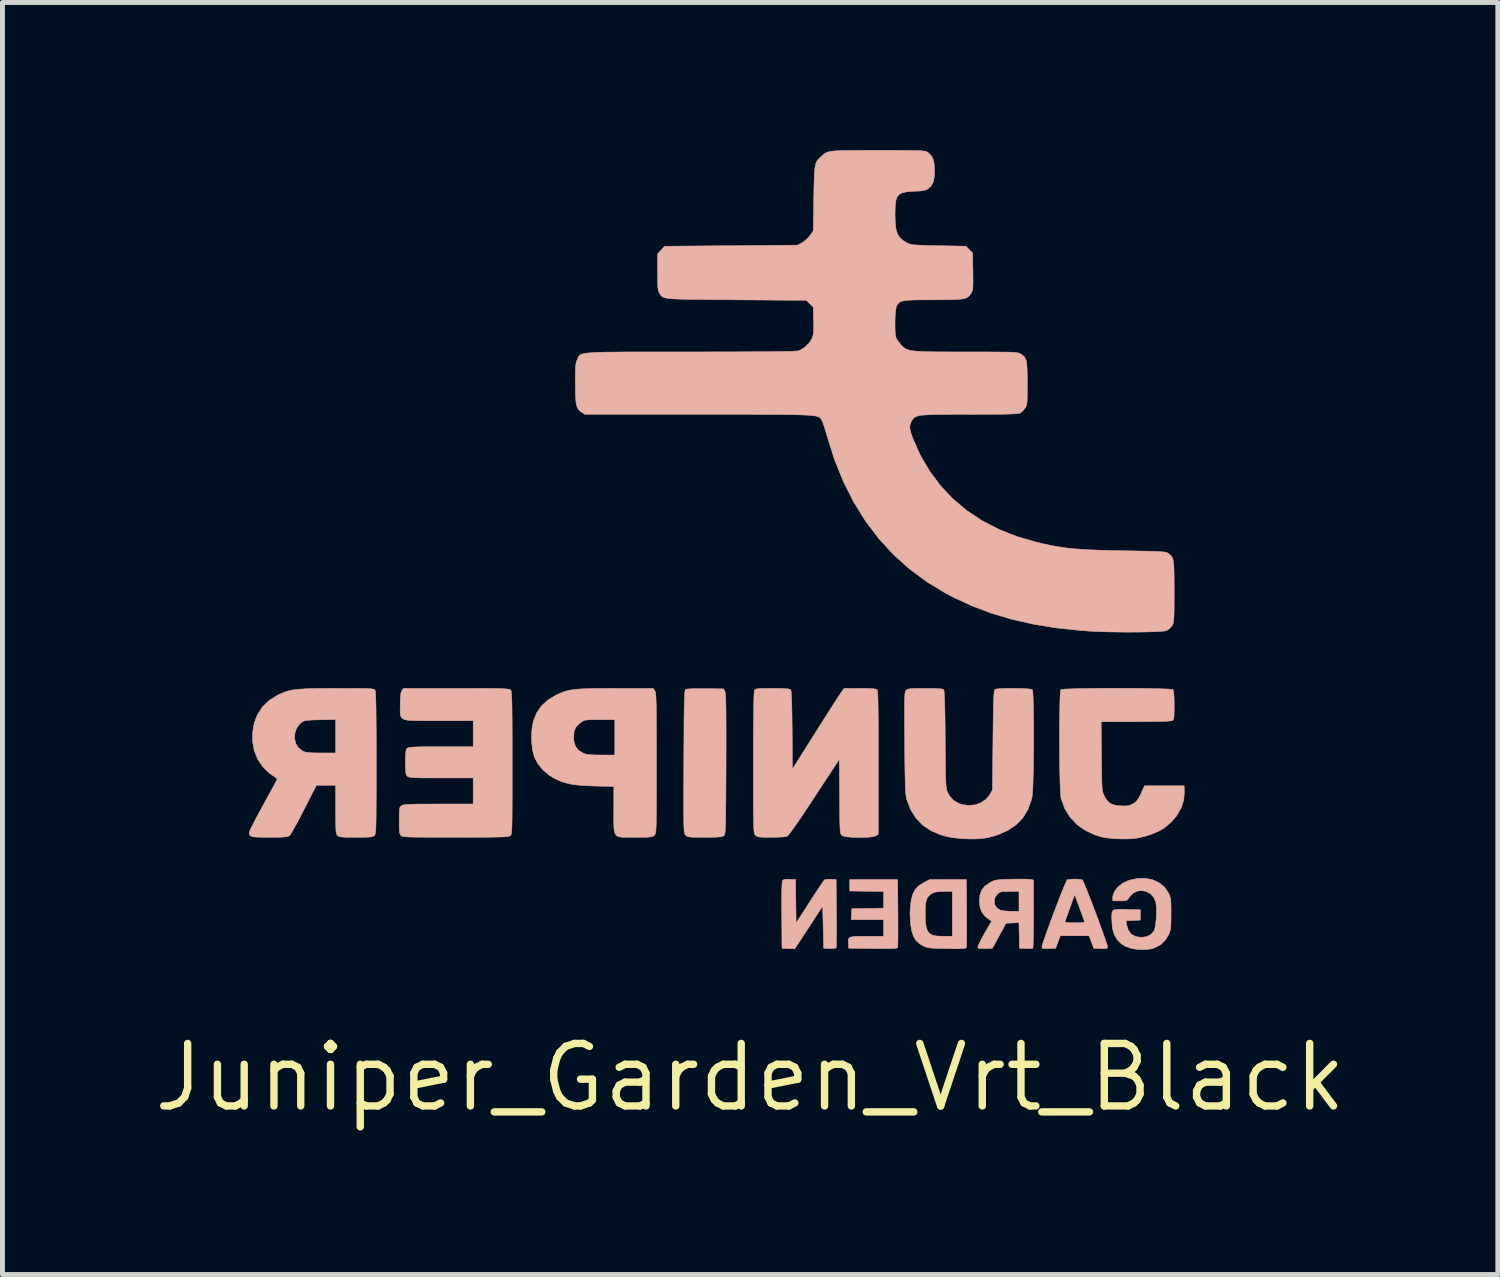
<source format=kicad_pcb>
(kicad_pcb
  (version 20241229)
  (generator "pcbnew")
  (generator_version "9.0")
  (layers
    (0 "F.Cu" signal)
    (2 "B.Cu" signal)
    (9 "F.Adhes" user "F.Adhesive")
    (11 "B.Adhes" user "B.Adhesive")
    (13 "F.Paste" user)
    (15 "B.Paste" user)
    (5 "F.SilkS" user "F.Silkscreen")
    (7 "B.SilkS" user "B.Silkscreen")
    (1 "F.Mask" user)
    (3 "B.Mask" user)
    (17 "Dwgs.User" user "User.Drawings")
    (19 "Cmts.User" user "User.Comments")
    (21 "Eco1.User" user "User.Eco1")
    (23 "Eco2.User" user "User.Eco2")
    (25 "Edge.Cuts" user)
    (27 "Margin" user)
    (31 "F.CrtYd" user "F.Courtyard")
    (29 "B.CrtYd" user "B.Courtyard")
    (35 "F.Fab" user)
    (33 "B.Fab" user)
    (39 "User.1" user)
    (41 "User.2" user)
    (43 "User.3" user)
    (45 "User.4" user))
  (footprint "Juniper_Garden_Vrt_Black"
    (layer "F.Cu")
    (at 11.983 10.323)
    (property "Reference" "Juniper_Garden_Vrt_Black" (at 0.21 8.52 0) (layer "F.SilkS") (effects (font (size 1.27 1.27) (thickness 0.15))))
    (attr through_hole)
    (fp_poly (pts (xy 2.233 4.732) (xy 2.921 4.743) (xy 2.921 5.08) (xy 2.598 5.086) (xy 2.276 5.092) (xy 2.269 5.203) (xy 2.263 5.314) (xy 2.921 5.314) (xy 2.921 5.652) (xy 2.609 5.653) (xy 2.468 5.653) (xy 2.363 5.655) (xy 2.29 5.661) (xy 2.243 5.671) (xy 2.217 5.689) (xy 2.206 5.716) (xy 2.204 5.753) (xy 2.206 5.788) (xy 2.212 5.896) (xy 2.705 5.902) (xy 2.869 5.903) (xy 2.996 5.903) (xy 3.089 5.901) (xy 3.152 5.897) (xy 3.19 5.891) (xy 3.206 5.883) (xy 3.208 5.88) (xy 3.21 5.853) (xy 3.212 5.789) (xy 3.213 5.693) (xy 3.214 5.571) (xy 3.214 5.427) (xy 3.213 5.267) (xy 3.213 5.176) (xy 3.207 4.499) (xy 2.233 4.499) (xy 2.233 4.732)) (stroke (width 0.01) (type solid)) (fill yes) (layer "B.SilkS"))
    (fp_poly (pts (xy 0.931 4.493) (xy 0.882 4.507) (xy 0.871 4.516) (xy 0.864 4.539) (xy 0.858 4.587) (xy 0.854 4.665) (xy 0.851 4.775) (xy 0.851 4.92) (xy 0.851 5.103) (xy 0.852 5.221) (xy 0.857 5.896) (xy 1.116 5.908) (xy 1.4 5.474) (xy 1.683 5.04) (xy 1.694 5.468) (xy 1.704 5.896) (xy 1.826 5.902) (xy 1.905 5.902) (xy 1.948 5.892) (xy 1.959 5.881) (xy 1.961 5.854) (xy 1.963 5.789) (xy 1.964 5.693) (xy 1.965 5.571) (xy 1.965 5.427) (xy 1.964 5.267) (xy 1.964 5.176) (xy 1.958 4.499) (xy 1.852 4.493) (xy 1.786 4.493) (xy 1.737 4.499) (xy 1.723 4.504) (xy 1.705 4.526) (xy 1.668 4.578) (xy 1.616 4.656) (xy 1.55 4.754) (xy 1.476 4.867) (xy 1.422 4.951) (xy 1.144 5.382) (xy 1.138 4.941) (xy 1.133 4.499) (xy 1.014 4.493) (xy 0.931 4.493)) (stroke (width 0.01) (type solid)) (fill yes) (layer "B.SilkS"))
    (fp_poly (pts (xy 3.735 4.563) (xy 3.637 4.624) (xy 3.565 4.698) (xy 3.516 4.793) (xy 3.483 4.917) (xy 3.47 5.004) (xy 3.457 5.184) (xy 3.467 5.37) (xy 3.469 5.393) (xy 3.493 5.541) (xy 3.53 5.656) (xy 3.584 5.743) (xy 3.66 5.81) (xy 3.714 5.842) (xy 3.754 5.861) (xy 3.792 5.875) (xy 3.836 5.885) (xy 3.892 5.892) (xy 3.969 5.897) (xy 4.075 5.9) (xy 4.206 5.903) (xy 4.349 5.905) (xy 4.454 5.905) (xy 4.527 5.902) (xy 4.573 5.897) (xy 4.598 5.889) (xy 4.604 5.882) (xy 4.607 5.854) (xy 4.609 5.79) (xy 4.61 5.693) (xy 4.61 5.652) (xy 4.318 5.652) (xy 4.137 5.652) (xy 4.017 5.648) (xy 3.93 5.634) (xy 3.897 5.622) (xy 3.846 5.586) (xy 3.81 5.534) (xy 3.786 5.46) (xy 3.773 5.358) (xy 3.768 5.222) (xy 3.768 5.198) (xy 3.77 5.066) (xy 3.78 4.967) (xy 3.799 4.895) (xy 3.83 4.843) (xy 3.875 4.801) (xy 3.901 4.784) (xy 3.95 4.761) (xy 4.011 4.748) (xy 4.097 4.743) (xy 4.144 4.742) (xy 4.318 4.742) (xy 4.318 5.652) (xy 4.61 5.652) (xy 4.611 5.571) (xy 4.611 5.427) (xy 4.61 5.267) (xy 4.61 5.176) (xy 4.604 4.499) (xy 3.86 4.499) (xy 3.735 4.563)) (stroke (width 0.01) (type solid)) (fill yes) (layer "B.SilkS"))
    (fp_poly (pts (xy 5.594 4.491) (xy 5.53 4.492) (xy 5.404 4.495) (xy 5.311 4.499) (xy 5.243 4.505) (xy 5.193 4.514) (xy 5.151 4.527) (xy 5.11 4.547) (xy 5.081 4.563) (xy 4.979 4.633) (xy 4.913 4.716) (xy 4.878 4.82) (xy 4.869 4.933) (xy 4.88 5.06) (xy 4.916 5.16) (xy 4.981 5.243) (xy 5.028 5.282) (xy 5.114 5.346) (xy 4.969 5.598) (xy 4.917 5.692) (xy 4.875 5.775) (xy 4.846 5.838) (xy 4.835 5.875) (xy 4.836 5.879) (xy 4.855 5.896) (xy 4.9 5.903) (xy 4.98 5.903) (xy 4.99 5.902) (xy 5.133 5.896) (xy 5.271 5.642) (xy 5.409 5.388) (xy 5.54 5.382) (xy 5.672 5.375) (xy 5.677 5.636) (xy 5.683 5.896) (xy 5.811 5.902) (xy 5.882 5.903) (xy 5.934 5.899) (xy 5.954 5.893) (xy 5.958 5.869) (xy 5.961 5.808) (xy 5.964 5.715) (xy 5.966 5.594) (xy 5.968 5.452) (xy 5.969 5.293) (xy 5.969 5.194) (xy 5.969 4.742) (xy 5.673 4.742) (xy 5.673 5.144) (xy 5.517 5.144) (xy 5.43 5.141) (xy 5.349 5.133) (xy 5.294 5.121) (xy 5.223 5.077) (xy 5.18 5.01) (xy 5.169 4.932) (xy 5.19 4.854) (xy 5.227 4.804) (xy 5.258 4.775) (xy 5.289 4.757) (xy 5.33 4.747) (xy 5.392 4.743) (xy 5.481 4.742) (xy 5.673 4.742) (xy 5.969 4.742) (xy 5.969 4.51) (xy 5.917 4.497) (xy 5.878 4.493) (xy 5.805 4.49) (xy 5.708 4.49) (xy 5.594 4.491)) (stroke (width 0.01) (type solid)) (fill yes) (layer "B.SilkS"))
    (fp_poly (pts (xy -0.938 0.621) (xy -1.026 0.625) (xy -1.083 0.631) (xy -1.101 0.635) (xy -1.107 0.643) (xy -1.112 0.661) (xy -1.117 0.692) (xy -1.121 0.738) (xy -1.124 0.803) (xy -1.127 0.888) (xy -1.13 0.998) (xy -1.132 1.135) (xy -1.134 1.302) (xy -1.135 1.501) (xy -1.136 1.737) (xy -1.138 2.01) (xy -1.138 2.106) (xy -1.139 2.389) (xy -1.14 2.632) (xy -1.14 2.84) (xy -1.14 3.014) (xy -1.14 3.158) (xy -1.139 3.275) (xy -1.138 3.367) (xy -1.135 3.439) (xy -1.132 3.493) (xy -1.128 3.532) (xy -1.123 3.558) (xy -1.117 3.576) (xy -1.11 3.588) (xy -1.102 3.598) (xy -1.101 3.599) (xy -1.082 3.615) (xy -1.057 3.626) (xy -1.021 3.634) (xy -0.965 3.639) (xy -0.882 3.641) (xy -0.768 3.642) (xy -0.713 3.642) (xy -0.574 3.641) (xy -0.471 3.638) (xy -0.399 3.632) (xy -0.353 3.623) (xy -0.327 3.612) (xy -0.319 3.605) (xy -0.312 3.594) (xy -0.306 3.577) (xy -0.301 3.55) (xy -0.296 3.511) (xy -0.293 3.456) (xy -0.29 3.383) (xy -0.288 3.288) (xy -0.286 3.168) (xy -0.285 3.02) (xy -0.283 2.841) (xy -0.282 2.629) (xy -0.281 2.379) (xy -0.28 2.156) (xy -0.279 1.862) (xy -0.279 1.608) (xy -0.279 1.391) (xy -0.28 1.209) (xy -0.281 1.058) (xy -0.283 0.936) (xy -0.286 0.841) (xy -0.289 0.77) (xy -0.293 0.721) (xy -0.298 0.69) (xy -0.302 0.678) (xy -0.329 0.625) (xy -0.699 0.62) (xy -0.827 0.62) (xy -0.938 0.621)) (stroke (width 0.01) (type solid)) (fill yes) (layer "B.SilkS"))
    (fp_poly (pts (xy 6.71 4.494) (xy 6.66 4.502) (xy 6.65 4.507) (xy 6.637 4.53) (xy 6.611 4.588) (xy 6.575 4.674) (xy 6.531 4.782) (xy 6.482 4.908) (xy 6.43 5.046) (xy 6.375 5.188) (xy 6.322 5.331) (xy 6.272 5.468) (xy 6.227 5.594) (xy 6.188 5.703) (xy 6.16 5.789) (xy 6.143 5.846) (xy 6.138 5.866) (xy 6.142 5.889) (xy 6.16 5.901) (xy 6.201 5.904) (xy 6.274 5.902) (xy 6.278 5.902) (xy 6.418 5.896) (xy 6.513 5.642) (xy 7.097 5.642) (xy 7.145 5.769) (xy 7.192 5.896) (xy 7.332 5.902) (xy 7.407 5.904) (xy 7.449 5.901) (xy 7.468 5.89) (xy 7.472 5.868) (xy 7.472 5.866) (xy 7.465 5.834) (xy 7.444 5.769) (xy 7.413 5.677) (xy 7.373 5.564) (xy 7.326 5.435) (xy 7.299 5.361) (xy 7.005 5.361) (xy 6.986 5.368) (xy 6.934 5.374) (xy 6.857 5.377) (xy 6.803 5.377) (xy 6.704 5.376) (xy 6.643 5.371) (xy 6.613 5.362) (xy 6.609 5.351) (xy 6.619 5.322) (xy 6.641 5.261) (xy 6.671 5.178) (xy 6.706 5.08) (xy 6.711 5.066) (xy 6.805 4.808) (xy 6.905 5.077) (xy 6.941 5.177) (xy 6.972 5.262) (xy 6.994 5.325) (xy 7.005 5.359) (xy 7.005 5.361) (xy 7.299 5.361) (xy 7.275 5.295) (xy 7.221 5.152) (xy 7.167 5.01) (xy 7.115 4.875) (xy 7.067 4.753) (xy 7.025 4.649) (xy 6.992 4.57) (xy 6.969 4.521) (xy 6.96 4.506) (xy 6.921 4.496) (xy 6.856 4.491) (xy 6.781 4.49) (xy 6.71 4.494)) (stroke (width 0.01) (type solid)) (fill yes) (layer "B.SilkS"))
    (fp_poly (pts (xy 8.084 4.476) (xy 7.921 4.511) (xy 7.897 4.519) (xy 7.779 4.576) (xy 7.683 4.651) (xy 7.615 4.738) (xy 7.581 4.831) (xy 7.578 4.864) (xy 7.578 4.933) (xy 7.722 4.933) (xy 7.799 4.932) (xy 7.847 4.926) (xy 7.877 4.909) (xy 7.903 4.877) (xy 7.918 4.853) (xy 7.989 4.778) (xy 8.075 4.736) (xy 8.168 4.724) (xy 8.26 4.743) (xy 8.344 4.788) (xy 8.41 4.859) (xy 8.451 4.954) (xy 8.457 4.982) (xy 8.465 5.077) (xy 8.466 5.187) (xy 8.461 5.301) (xy 8.45 5.407) (xy 8.434 5.492) (xy 8.418 5.541) (xy 8.355 5.616) (xy 8.265 5.661) (xy 8.16 5.674) (xy 8.044 5.658) (xy 7.955 5.61) (xy 7.894 5.53) (xy 7.862 5.422) (xy 7.848 5.337) (xy 7.993 5.331) (xy 8.139 5.324) (xy 8.139 5.113) (xy 7.895 5.107) (xy 7.769 5.103) (xy 7.678 5.104) (xy 7.618 5.111) (xy 7.582 5.129) (xy 7.564 5.162) (xy 7.558 5.213) (xy 7.557 5.285) (xy 7.558 5.309) (xy 7.569 5.476) (xy 7.605 5.612) (xy 7.666 5.72) (xy 7.755 5.807) (xy 7.838 5.858) (xy 7.952 5.899) (xy 8.087 5.921) (xy 8.228 5.925) (xy 8.36 5.908) (xy 8.433 5.886) (xy 8.557 5.819) (xy 8.651 5.725) (xy 8.713 5.621) (xy 8.732 5.576) (xy 8.746 5.532) (xy 8.755 5.481) (xy 8.76 5.414) (xy 8.762 5.322) (xy 8.763 5.196) (xy 8.763 5.072) (xy 8.761 4.981) (xy 8.756 4.916) (xy 8.748 4.866) (xy 8.734 4.824) (xy 8.714 4.78) (xy 8.707 4.766) (xy 8.628 4.651) (xy 8.52 4.564) (xy 8.389 4.504) (xy 8.242 4.474) (xy 8.084 4.476)) (stroke (width 0.01) (type solid)) (fill yes) (layer "B.SilkS"))
    (fp_poly (pts (xy 7.427 0.613) (xy 7.243 0.615) (xy 7.069 0.617) (xy 6.911 0.619) (xy 6.774 0.623) (xy 6.662 0.627) (xy 6.58 0.631) (xy 6.533 0.637) (xy 6.524 0.64) (xy 6.517 0.668) (xy 6.511 0.733) (xy 6.506 0.83) (xy 6.503 0.955) (xy 6.5 1.103) (xy 6.497 1.269) (xy 6.496 1.447) (xy 6.496 1.633) (xy 6.497 1.823) (xy 6.498 2.011) (xy 6.5 2.192) (xy 6.503 2.361) (xy 6.507 2.514) (xy 6.512 2.645) (xy 6.517 2.75) (xy 6.524 2.824) (xy 6.529 2.856) (xy 6.603 3.056) (xy 6.711 3.232) (xy 6.85 3.381) (xy 7.021 3.502) (xy 7.222 3.595) (xy 7.334 3.63) (xy 7.446 3.652) (xy 7.585 3.667) (xy 7.737 3.674) (xy 7.887 3.674) (xy 8.022 3.665) (xy 8.096 3.654) (xy 8.248 3.617) (xy 8.397 3.566) (xy 8.53 3.507) (xy 8.621 3.454) (xy 8.765 3.334) (xy 8.883 3.195) (xy 8.969 3.042) (xy 9.021 2.883) (xy 9.034 2.724) (xy 9.034 2.717) (xy 9.028 2.594) (xy 8.223 2.594) (xy 8.185 2.679) (xy 8.139 2.78) (xy 8.101 2.851) (xy 8.067 2.899) (xy 8.031 2.933) (xy 7.991 2.959) (xy 7.938 2.986) (xy 7.884 2.999) (xy 7.815 3.004) (xy 7.747 3.002) (xy 7.627 2.989) (xy 7.537 2.958) (xy 7.469 2.902) (xy 7.413 2.816) (xy 7.405 2.8) (xy 7.392 2.772) (xy 7.381 2.743) (xy 7.372 2.711) (xy 7.366 2.668) (xy 7.361 2.612) (xy 7.357 2.536) (xy 7.355 2.436) (xy 7.353 2.307) (xy 7.351 2.144) (xy 7.349 1.996) (xy 7.343 1.292) (xy 8.044 1.292) (xy 8.253 1.291) (xy 8.431 1.289) (xy 8.576 1.286) (xy 8.685 1.282) (xy 8.756 1.276) (xy 8.786 1.27) (xy 8.802 1.258) (xy 8.814 1.238) (xy 8.821 1.202) (xy 8.825 1.144) (xy 8.826 1.057) (xy 8.827 0.957) (xy 8.825 0.818) (xy 8.819 0.719) (xy 8.81 0.66) (xy 8.801 0.64) (xy 8.775 0.634) (xy 8.711 0.629) (xy 8.614 0.625) (xy 8.489 0.621) (xy 8.341 0.618) (xy 8.176 0.615) (xy 7.996 0.614) (xy 7.809 0.613) (xy 7.617 0.613) (xy 7.427 0.613)) (stroke (width 0.01) (type solid)) (fill yes) (layer "B.SilkS"))
    (fp_poly (pts (xy -2.525 0.615) (xy -2.754 0.616) (xy -2.945 0.617) (xy -3.103 0.621) (xy -3.234 0.626) (xy -3.341 0.635) (xy -3.431 0.647) (xy -3.508 0.663) (xy -3.577 0.683) (xy -3.642 0.708) (xy -3.709 0.739) (xy -3.736 0.752) (xy -3.901 0.852) (xy -4.03 0.97) (xy -4.127 1.111) (xy -4.193 1.273) (xy -4.22 1.405) (xy -4.232 1.558) (xy -4.229 1.718) (xy -4.211 1.87) (xy -4.178 1.999) (xy -4.172 2.017) (xy -4.102 2.148) (xy -3.999 2.272) (xy -3.875 2.379) (xy -3.785 2.435) (xy -3.684 2.485) (xy -3.584 2.523) (xy -3.477 2.552) (xy -3.356 2.573) (xy -3.212 2.587) (xy -3.037 2.596) (xy -2.958 2.599) (xy -2.561 2.61) (xy -2.561 3.084) (xy -2.562 3.252) (xy -2.561 3.383) (xy -2.555 3.481) (xy -2.541 3.551) (xy -2.515 3.597) (xy -2.473 3.625) (xy -2.411 3.638) (xy -2.326 3.642) (xy -2.215 3.642) (xy -2.127 3.642) (xy -1.997 3.641) (xy -1.902 3.64) (xy -1.836 3.636) (xy -1.792 3.63) (xy -1.763 3.62) (xy -1.743 3.606) (xy -1.736 3.599) (xy -1.727 3.59) (xy -1.72 3.578) (xy -1.714 3.56) (xy -1.709 3.534) (xy -1.705 3.495) (xy -1.701 3.442) (xy -1.699 3.371) (xy -1.697 3.278) (xy -1.695 3.162) (xy -1.694 3.018) (xy -1.694 2.843) (xy -1.693 2.636) (xy -1.693 2.392) (xy -1.693 2.133) (xy -1.693 1.849) (xy -1.694 1.605) (xy -1.694 1.397) (xy -1.695 1.25) (xy -2.54 1.25) (xy -2.54 1.97) (xy -2.82 1.969) (xy -2.945 1.968) (xy -3.036 1.963) (xy -3.103 1.955) (xy -3.154 1.942) (xy -3.188 1.929) (xy -3.28 1.871) (xy -3.34 1.794) (xy -3.37 1.692) (xy -3.376 1.606) (xy -3.368 1.497) (xy -3.338 1.414) (xy -3.28 1.346) (xy -3.217 1.297) (xy -3.187 1.279) (xy -3.154 1.265) (xy -3.111 1.257) (xy -3.049 1.252) (xy -2.961 1.25) (xy -2.844 1.25) (xy -2.54 1.25) (xy -1.695 1.25) (xy -1.695 1.223) (xy -1.696 1.078) (xy -1.698 0.961) (xy -1.701 0.869) (xy -1.704 0.798) (xy -1.708 0.745) (xy -1.712 0.707) (xy -1.717 0.682) (xy -1.724 0.666) (xy -1.726 0.662) (xy -1.759 0.615) (xy -2.525 0.615)) (stroke (width 0.01) (type solid)) (fill yes) (layer "B.SilkS"))
    (fp_poly (pts (xy 2.068 0.684) (xy 2.046 0.716) (xy 2.004 0.78) (xy 1.944 0.872) (xy 1.871 0.987) (xy 1.785 1.121) (xy 1.69 1.27) (xy 1.589 1.43) (xy 1.543 1.503) (xy 1.069 2.254) (xy 1.064 1.463) (xy 1.061 1.227) (xy 1.058 1.033) (xy 1.054 0.878) (xy 1.049 0.764) (xy 1.044 0.687) (xy 1.037 0.648) (xy 1.034 0.643) (xy 1.014 0.632) (xy 0.972 0.624) (xy 0.902 0.619) (xy 0.8 0.616) (xy 0.665 0.615) (xy 0.536 0.615) (xy 0.443 0.617) (xy 0.379 0.62) (xy 0.339 0.626) (xy 0.315 0.635) (xy 0.302 0.648) (xy 0.297 0.656) (xy 0.292 0.687) (xy 0.288 0.76) (xy 0.284 0.875) (xy 0.281 1.031) (xy 0.279 1.229) (xy 0.277 1.467) (xy 0.276 1.747) (xy 0.275 2.066) (xy 0.275 2.127) (xy 0.275 2.408) (xy 0.276 2.649) (xy 0.276 2.855) (xy 0.276 3.027) (xy 0.277 3.169) (xy 0.279 3.284) (xy 0.281 3.375) (xy 0.284 3.446) (xy 0.287 3.498) (xy 0.291 3.536) (xy 0.296 3.562) (xy 0.303 3.579) (xy 0.31 3.591) (xy 0.318 3.599) (xy 0.339 3.617) (xy 0.368 3.629) (xy 0.411 3.636) (xy 0.476 3.64) (xy 0.572 3.642) (xy 0.634 3.642) (xy 0.742 3.64) (xy 0.838 3.636) (xy 0.912 3.631) (xy 0.955 3.624) (xy 0.957 3.623) (xy 0.983 3.6) (xy 1.029 3.542) (xy 1.097 3.449) (xy 1.187 3.32) (xy 1.298 3.156) (xy 1.43 2.957) (xy 1.514 2.829) (xy 2.022 2.055) (xy 2.027 2.811) (xy 2.028 3.01) (xy 2.03 3.171) (xy 2.031 3.298) (xy 2.034 3.396) (xy 2.037 3.468) (xy 2.041 3.52) (xy 2.047 3.555) (xy 2.054 3.577) (xy 2.063 3.592) (xy 2.075 3.603) (xy 2.077 3.605) (xy 2.119 3.621) (xy 2.193 3.633) (xy 2.289 3.641) (xy 2.397 3.645) (xy 2.508 3.644) (xy 2.612 3.639) (xy 2.697 3.63) (xy 2.755 3.615) (xy 2.768 3.609) (xy 2.815 3.576) (xy 2.815 2.121) (xy 2.815 1.82) (xy 2.815 1.558) (xy 2.814 1.335) (xy 2.812 1.147) (xy 2.81 0.993) (xy 2.808 0.87) (xy 2.805 0.775) (xy 2.801 0.707) (xy 2.797 0.664) (xy 2.791 0.643) (xy 2.79 0.64) (xy 2.76 0.629) (xy 2.695 0.621) (xy 2.592 0.616) (xy 2.449 0.615) (xy 2.442 0.615) (xy 2.119 0.615) (xy 2.068 0.684)) (stroke (width 0.01) (type solid)) (fill yes) (layer "B.SilkS"))
    (fp_poly (pts (xy 5.438 0.615) (xy 5.337 0.618) (xy 5.256 0.623) (xy 5.201 0.63) (xy 5.186 0.636) (xy 5.179 0.645) (xy 5.172 0.665) (xy 5.167 0.7) (xy 5.162 0.753) (xy 5.158 0.827) (xy 5.155 0.926) (xy 5.152 1.053) (xy 5.149 1.212) (xy 5.147 1.405) (xy 5.144 1.637) (xy 5.144 1.667) (xy 5.133 2.679) (xy 5.08 2.774) (xy 5.004 2.868) (xy 4.901 2.938) (xy 4.78 2.981) (xy 4.649 2.994) (xy 4.518 2.976) (xy 4.445 2.95) (xy 4.341 2.888) (xy 4.265 2.804) (xy 4.219 2.721) (xy 4.21 2.698) (xy 4.202 2.669) (xy 4.196 2.632) (xy 4.191 2.582) (xy 4.187 2.515) (xy 4.184 2.427) (xy 4.181 2.315) (xy 4.179 2.174) (xy 4.177 2.001) (xy 4.175 1.791) (xy 4.174 1.652) (xy 4.172 1.388) (xy 4.169 1.163) (xy 4.165 0.977) (xy 4.16 0.831) (xy 4.155 0.726) (xy 4.15 0.663) (xy 4.145 0.642) (xy 4.123 0.631) (xy 4.074 0.623) (xy 3.995 0.618) (xy 3.881 0.615) (xy 3.769 0.615) (xy 3.637 0.615) (xy 3.541 0.617) (xy 3.475 0.62) (xy 3.431 0.627) (xy 3.402 0.636) (xy 3.384 0.649) (xy 3.378 0.655) (xy 3.37 0.667) (xy 3.363 0.684) (xy 3.357 0.711) (xy 3.353 0.751) (xy 3.35 0.807) (xy 3.348 0.883) (xy 3.347 0.984) (xy 3.346 1.111) (xy 3.347 1.27) (xy 3.348 1.463) (xy 3.35 1.695) (xy 3.35 1.729) (xy 3.352 1.973) (xy 3.354 2.178) (xy 3.357 2.348) (xy 3.36 2.487) (xy 3.363 2.599) (xy 3.367 2.687) (xy 3.372 2.755) (xy 3.378 2.808) (xy 3.385 2.848) (xy 3.393 2.877) (xy 3.472 3.08) (xy 3.58 3.252) (xy 3.717 3.394) (xy 3.884 3.507) (xy 4.083 3.592) (xy 4.185 3.622) (xy 4.316 3.647) (xy 4.474 3.665) (xy 4.642 3.674) (xy 4.805 3.674) (xy 4.946 3.663) (xy 4.956 3.662) (xy 5.051 3.644) (xy 5.16 3.616) (xy 5.253 3.586) (xy 5.454 3.496) (xy 5.62 3.382) (xy 5.753 3.244) (xy 5.853 3.079) (xy 5.923 2.886) (xy 5.938 2.823) (xy 5.945 2.769) (xy 5.951 2.682) (xy 5.957 2.565) (xy 5.961 2.424) (xy 5.965 2.263) (xy 5.968 2.089) (xy 5.97 1.905) (xy 5.971 1.717) (xy 5.971 1.53) (xy 5.971 1.348) (xy 5.969 1.176) (xy 5.967 1.02) (xy 5.963 0.884) (xy 5.959 0.773) (xy 5.953 0.693) (xy 5.947 0.648) (xy 5.944 0.64) (xy 5.914 0.631) (xy 5.851 0.624) (xy 5.763 0.619) (xy 5.659 0.616) (xy 5.548 0.615) (xy 5.438 0.615)) (stroke (width 0.01) (type solid)) (fill yes) (layer "B.SilkS"))
    (fp_poly (pts (xy -6.867 0.662) (xy -6.883 0.696) (xy -6.893 0.751) (xy -6.899 0.833) (xy -6.9 0.943) (xy -6.901 1.029) (xy -6.902 1.098) (xy -6.897 1.153) (xy -6.885 1.195) (xy -6.859 1.226) (xy -6.817 1.247) (xy -6.755 1.261) (xy -6.667 1.268) (xy -6.552 1.271) (xy -6.403 1.272) (xy -6.218 1.271) (xy -6.126 1.271) (xy -5.418 1.271) (xy -5.418 1.8) (xy -6.073 1.8) (xy -6.26 1.8) (xy -6.409 1.801) (xy -6.525 1.803) (xy -6.612 1.806) (xy -6.674 1.81) (xy -6.716 1.815) (xy -6.743 1.822) (xy -6.759 1.831) (xy -6.761 1.833) (xy -6.776 1.857) (xy -6.786 1.898) (xy -6.792 1.962) (xy -6.794 2.058) (xy -6.794 2.116) (xy -6.793 2.225) (xy -6.79 2.3) (xy -6.784 2.349) (xy -6.772 2.38) (xy -6.756 2.4) (xy -6.741 2.41) (xy -6.717 2.418) (xy -6.681 2.424) (xy -6.627 2.429) (xy -6.55 2.432) (xy -6.447 2.434) (xy -6.313 2.435) (xy -6.142 2.435) (xy -6.068 2.435) (xy -5.418 2.435) (xy -5.418 2.964) (xy -6.123 2.964) (xy -6.318 2.965) (xy -6.476 2.965) (xy -6.6 2.967) (xy -6.695 2.97) (xy -6.765 2.973) (xy -6.814 2.978) (xy -6.847 2.985) (xy -6.868 2.994) (xy -6.874 2.997) (xy -6.894 3.013) (xy -6.907 3.035) (xy -6.915 3.069) (xy -6.919 3.123) (xy -6.921 3.206) (xy -6.921 3.301) (xy -6.921 3.415) (xy -6.918 3.495) (xy -6.912 3.547) (xy -6.902 3.58) (xy -6.887 3.602) (xy -6.883 3.607) (xy -6.871 3.615) (xy -6.852 3.621) (xy -6.822 3.627) (xy -6.778 3.631) (xy -6.717 3.635) (xy -6.634 3.637) (xy -6.527 3.639) (xy -6.392 3.64) (xy -6.224 3.641) (xy -6.022 3.642) (xy -5.781 3.642) (xy -5.775 3.642) (xy -5.529 3.642) (xy -5.321 3.641) (xy -5.149 3.64) (xy -5.01 3.638) (xy -4.899 3.636) (xy -4.814 3.633) (xy -4.752 3.629) (xy -4.709 3.624) (xy -4.681 3.618) (xy -4.666 3.612) (xy -4.658 3.605) (xy -4.651 3.594) (xy -4.645 3.578) (xy -4.64 3.552) (xy -4.636 3.513) (xy -4.633 3.459) (xy -4.63 3.387) (xy -4.628 3.293) (xy -4.627 3.175) (xy -4.626 3.03) (xy -4.625 2.854) (xy -4.625 2.644) (xy -4.625 2.398) (xy -4.625 2.133) (xy -4.625 1.843) (xy -4.625 1.592) (xy -4.626 1.378) (xy -4.627 1.197) (xy -4.629 1.048) (xy -4.631 0.928) (xy -4.633 0.833) (xy -4.637 0.761) (xy -4.641 0.71) (xy -4.645 0.675) (xy -4.651 0.655) (xy -4.654 0.65) (xy -4.663 0.642) (xy -4.68 0.635) (xy -4.708 0.63) (xy -4.749 0.625) (xy -4.809 0.622) (xy -4.889 0.619) (xy -4.994 0.617) (xy -5.127 0.616) (xy -5.292 0.615) (xy -5.491 0.615) (xy -5.729 0.615) (xy -5.759 0.615) (xy -6.834 0.615) (xy -6.867 0.662)) (stroke (width 0.01) (type solid)) (fill yes) (layer "B.SilkS"))
    (fp_poly (pts (xy -8.187 0.615) (xy -8.414 0.616) (xy -8.603 0.617) (xy -8.76 0.621) (xy -8.89 0.627) (xy -8.997 0.635) (xy -9.087 0.647) (xy -9.164 0.664) (xy -9.233 0.684) (xy -9.299 0.71) (xy -9.368 0.741) (xy -9.389 0.751) (xy -9.56 0.857) (xy -9.697 0.988) (xy -9.8 1.143) (xy -9.868 1.32) (xy -9.901 1.519) (xy -9.9 1.695) (xy -9.867 1.882) (xy -9.796 2.056) (xy -9.692 2.211) (xy -9.557 2.341) (xy -9.491 2.387) (xy -9.439 2.422) (xy -9.405 2.448) (xy -9.398 2.456) (xy -9.408 2.477) (xy -9.436 2.53) (xy -9.479 2.61) (xy -9.535 2.712) (xy -9.601 2.833) (xy -9.674 2.966) (xy -9.684 2.984) (xy -9.758 3.12) (xy -9.826 3.246) (xy -9.883 3.357) (xy -9.928 3.447) (xy -9.958 3.511) (xy -9.969 3.544) (xy -9.969 3.545) (xy -9.966 3.579) (xy -9.954 3.603) (xy -9.927 3.62) (xy -9.88 3.632) (xy -9.806 3.638) (xy -9.702 3.641) (xy -9.561 3.642) (xy -9.557 3.642) (xy -9.415 3.641) (xy -9.309 3.638) (xy -9.235 3.633) (xy -9.186 3.625) (xy -9.157 3.613) (xy -9.154 3.612) (xy -9.133 3.585) (xy -9.097 3.526) (xy -9.048 3.44) (xy -8.988 3.332) (xy -8.922 3.207) (xy -8.858 3.083) (xy -8.604 2.584) (xy -8.213 2.583) (xy -8.213 3.077) (xy -8.212 3.236) (xy -8.211 3.357) (xy -8.209 3.447) (xy -8.206 3.511) (xy -8.2 3.554) (xy -8.192 3.581) (xy -8.181 3.599) (xy -8.174 3.607) (xy -8.153 3.62) (xy -8.12 3.63) (xy -8.07 3.636) (xy -7.994 3.64) (xy -7.888 3.641) (xy -7.796 3.642) (xy -7.667 3.641) (xy -7.574 3.639) (xy -7.51 3.635) (xy -7.467 3.629) (xy -7.441 3.619) (xy -7.423 3.604) (xy -7.422 3.603) (xy -7.415 3.592) (xy -7.409 3.575) (xy -7.404 3.549) (xy -7.4 3.51) (xy -7.396 3.455) (xy -7.394 3.382) (xy -7.391 3.287) (xy -7.39 3.168) (xy -7.389 3.02) (xy -7.388 2.843) (xy -7.387 2.631) (xy -7.387 2.383) (xy -7.387 2.13) (xy -7.387 1.927) (xy -8.213 1.927) (xy -8.51 1.927) (xy -8.634 1.926) (xy -8.725 1.923) (xy -8.79 1.917) (xy -8.838 1.906) (xy -8.877 1.891) (xy -8.885 1.887) (xy -8.968 1.823) (xy -9.022 1.736) (xy -9.047 1.636) (xy -9.042 1.531) (xy -9.008 1.429) (xy -8.944 1.339) (xy -8.904 1.305) (xy -8.877 1.287) (xy -8.844 1.275) (xy -8.798 1.266) (xy -8.732 1.26) (xy -8.637 1.256) (xy -8.529 1.254) (xy -8.213 1.247) (xy -8.213 1.927) (xy -7.387 1.927) (xy -7.387 1.803) (xy -7.388 1.516) (xy -7.39 1.27) (xy -7.392 1.065) (xy -7.395 0.901) (xy -7.399 0.778) (xy -7.403 0.697) (xy -7.408 0.658) (xy -7.409 0.656) (xy -7.416 0.645) (xy -7.428 0.636) (xy -7.45 0.629) (xy -7.484 0.624) (xy -7.536 0.62) (xy -7.609 0.618) (xy -7.709 0.616) (xy -7.838 0.615) (xy -8.001 0.615) (xy -8.187 0.615)) (stroke (width 0.01) (type solid)) (fill yes) (layer "B.SilkS"))
    (fp_poly (pts (xy 2.38 -10.317) (xy 2.219 -10.316) (xy 2.089 -10.314) (xy 1.985 -10.31) (xy 1.903 -10.304) (xy 1.84 -10.296) (xy 1.791 -10.284) (xy 1.752 -10.269) (xy 1.72 -10.249) (xy 1.69 -10.226) (xy 1.659 -10.197) (xy 1.644 -10.183) (xy 1.609 -10.15) (xy 1.581 -10.119) (xy 1.559 -10.085) (xy 1.542 -10.043) (xy 1.53 -9.989) (xy 1.521 -9.916) (xy 1.514 -9.822) (xy 1.51 -9.7) (xy 1.506 -9.546) (xy 1.503 -9.354) (xy 1.503 -9.341) (xy 1.492 -8.681) (xy 1.428 -8.589) (xy 1.369 -8.522) (xy 1.297 -8.462) (xy 1.269 -8.444) (xy 1.175 -8.392) (xy -0.176 -8.381) (xy -1.527 -8.37) (xy -1.6 -8.291) (xy -1.672 -8.212) (xy -1.672 -7.847) (xy -1.671 -7.711) (xy -1.67 -7.611) (xy -1.666 -7.539) (xy -1.659 -7.488) (xy -1.649 -7.451) (xy -1.635 -7.421) (xy -1.631 -7.414) (xy -1.617 -7.39) (xy -1.603 -7.37) (xy -1.587 -7.353) (xy -1.566 -7.338) (xy -1.536 -7.326) (xy -1.495 -7.316) (xy -1.439 -7.307) (xy -1.366 -7.301) (xy -1.271 -7.296) (xy -1.154 -7.292) (xy -1.009 -7.289) (xy -0.834 -7.287) (xy -0.627 -7.285) (xy -0.384 -7.283) (xy -0.101 -7.281) (xy -0.069 -7.28) (xy 1.354 -7.27) (xy 1.423 -7.201) (xy 1.492 -7.131) (xy 1.499 -6.864) (xy 1.501 -6.74) (xy 1.499 -6.648) (xy 1.492 -6.579) (xy 1.478 -6.525) (xy 1.471 -6.505) (xy 1.42 -6.416) (xy 1.342 -6.334) (xy 1.251 -6.27) (xy 1.187 -6.243) (xy 1.152 -6.24) (xy 1.077 -6.236) (xy 0.961 -6.233) (xy 0.807 -6.231) (xy 0.616 -6.228) (xy 0.39 -6.226) (xy 0.129 -6.225) (xy -0.166 -6.223) (xy -0.492 -6.223) (xy -0.849 -6.222) (xy -1.002 -6.222) (xy -1.358 -6.222) (xy -1.674 -6.222) (xy -1.953 -6.222) (xy -2.196 -6.222) (xy -2.407 -6.221) (xy -2.588 -6.219) (xy -2.741 -6.217) (xy -2.869 -6.213) (xy -2.974 -6.209) (xy -3.059 -6.203) (xy -3.126 -6.196) (xy -3.177 -6.187) (xy -3.215 -6.176) (xy -3.242 -6.163) (xy -3.261 -6.148) (xy -3.275 -6.131) (xy -3.285 -6.111) (xy -3.294 -6.089) (xy -3.304 -6.065) (xy -3.318 -6.028) (xy -3.329 -5.986) (xy -3.336 -5.931) (xy -3.34 -5.855) (xy -3.342 -5.753) (xy -3.343 -5.617) (xy -3.343 -5.587) (xy -3.341 -5.424) (xy -3.337 -5.298) (xy -3.329 -5.202) (xy -3.315 -5.131) (xy -3.295 -5.079) (xy -3.267 -5.04) (xy -3.231 -5.008) (xy -3.219 -5) (xy -3.147 -4.952) (xy -0.832 -4.952) (xy -0.463 -4.952) (xy -0.133 -4.952) (xy 0.159 -4.952) (xy 0.416 -4.951) (xy 0.64 -4.951) (xy 0.834 -4.949) (xy 0.999 -4.948) (xy 1.139 -4.945) (xy 1.255 -4.942) (xy 1.35 -4.938) (xy 1.427 -4.934) (xy 1.488 -4.928) (xy 1.534 -4.921) (xy 1.57 -4.913) (xy 1.596 -4.904) (xy 1.615 -4.894) (xy 1.63 -4.882) (xy 1.643 -4.868) (xy 1.655 -4.854) (xy 1.673 -4.82) (xy 1.698 -4.754) (xy 1.729 -4.663) (xy 1.761 -4.556) (xy 1.776 -4.504) (xy 1.925 -4.03) (xy 2.105 -3.585) (xy 2.314 -3.171) (xy 2.554 -2.785) (xy 2.823 -2.43) (xy 3.122 -2.105) (xy 3.45 -1.81) (xy 3.808 -1.545) (xy 4.195 -1.311) (xy 4.353 -1.229) (xy 4.734 -1.054) (xy 5.127 -0.907) (xy 5.539 -0.785) (xy 5.972 -0.688) (xy 6.433 -0.613) (xy 6.924 -0.562) (xy 7.08 -0.55) (xy 7.221 -0.542) (xy 7.379 -0.536) (xy 7.549 -0.532) (xy 7.725 -0.529) (xy 7.903 -0.528) (xy 8.075 -0.529) (xy 8.236 -0.531) (xy 8.381 -0.535) (xy 8.503 -0.54) (xy 8.597 -0.547) (xy 8.657 -0.555) (xy 8.673 -0.56) (xy 8.731 -0.599) (xy 8.78 -0.654) (xy 8.784 -0.659) (xy 8.796 -0.682) (xy 8.806 -0.707) (xy 8.813 -0.74) (xy 8.819 -0.787) (xy 8.822 -0.852) (xy 8.825 -0.939) (xy 8.826 -1.056) (xy 8.826 -1.205) (xy 8.827 -1.349) (xy 8.826 -1.54) (xy 8.825 -1.693) (xy 8.822 -1.813) (xy 8.817 -1.905) (xy 8.808 -1.975) (xy 8.796 -2.025) (xy 8.778 -2.062) (xy 8.756 -2.09) (xy 8.727 -2.114) (xy 8.706 -2.128) (xy 8.689 -2.139) (xy 8.666 -2.147) (xy 8.635 -2.154) (xy 8.59 -2.16) (xy 8.528 -2.164) (xy 8.445 -2.168) (xy 8.335 -2.172) (xy 8.196 -2.175) (xy 8.023 -2.178) (xy 7.812 -2.182) (xy 7.811 -2.182) (xy 7.538 -2.187) (xy 7.301 -2.194) (xy 7.095 -2.202) (xy 6.913 -2.213) (xy 6.75 -2.226) (xy 6.6 -2.244) (xy 6.456 -2.266) (xy 6.313 -2.292) (xy 6.165 -2.324) (xy 6.022 -2.358) (xy 5.625 -2.473) (xy 5.257 -2.62) (xy 4.917 -2.796) (xy 4.607 -3.003) (xy 4.327 -3.239) (xy 4.077 -3.504) (xy 3.858 -3.798) (xy 3.67 -4.12) (xy 3.513 -4.47) (xy 3.475 -4.58) (xy 3.456 -4.663) (xy 3.456 -4.729) (xy 3.475 -4.788) (xy 3.493 -4.821) (xy 3.512 -4.85) (xy 3.531 -4.875) (xy 3.555 -4.895) (xy 3.587 -4.911) (xy 3.63 -4.924) (xy 3.689 -4.934) (xy 3.767 -4.941) (xy 3.868 -4.946) (xy 3.996 -4.949) (xy 4.153 -4.951) (xy 4.344 -4.952) (xy 4.573 -4.952) (xy 4.661 -4.952) (xy 4.908 -4.953) (xy 5.114 -4.954) (xy 5.284 -4.955) (xy 5.421 -4.958) (xy 5.527 -4.961) (xy 5.604 -4.965) (xy 5.657 -4.97) (xy 5.688 -4.977) (xy 5.693 -4.979) (xy 5.74 -5.014) (xy 5.787 -5.067) (xy 5.794 -5.077) (xy 5.81 -5.103) (xy 5.822 -5.13) (xy 5.831 -5.165) (xy 5.837 -5.214) (xy 5.84 -5.282) (xy 5.842 -5.378) (xy 5.842 -5.506) (xy 5.842 -5.581) (xy 5.841 -5.744) (xy 5.838 -5.87) (xy 5.832 -5.966) (xy 5.821 -6.037) (xy 5.803 -6.088) (xy 5.778 -6.126) (xy 5.745 -6.157) (xy 5.709 -6.181) (xy 5.692 -6.19) (xy 5.672 -6.198) (xy 5.645 -6.204) (xy 5.608 -6.209) (xy 5.556 -6.214) (xy 5.487 -6.217) (xy 5.396 -6.219) (xy 5.28 -6.22) (xy 5.134 -6.221) (xy 4.956 -6.222) (xy 4.742 -6.222) (xy 4.602 -6.222) (xy 4.347 -6.222) (xy 4.131 -6.223) (xy 3.949 -6.224) (xy 3.8 -6.227) (xy 3.677 -6.231) (xy 3.58 -6.238) (xy 3.502 -6.247) (xy 3.442 -6.259) (xy 3.395 -6.274) (xy 3.358 -6.293) (xy 3.326 -6.316) (xy 3.298 -6.343) (xy 3.272 -6.371) (xy 3.224 -6.43) (xy 3.186 -6.486) (xy 3.174 -6.51) (xy 3.163 -6.564) (xy 3.156 -6.647) (xy 3.153 -6.749) (xy 3.154 -6.859) (xy 3.158 -6.966) (xy 3.166 -7.059) (xy 3.177 -7.128) (xy 3.186 -7.154) (xy 3.206 -7.189) (xy 3.229 -7.217) (xy 3.26 -7.239) (xy 3.303 -7.255) (xy 3.363 -7.266) (xy 3.446 -7.273) (xy 3.555 -7.278) (xy 3.696 -7.28) (xy 3.873 -7.28) (xy 3.926 -7.28) (xy 4.117 -7.281) (xy 4.27 -7.283) (xy 4.39 -7.287) (xy 4.482 -7.294) (xy 4.552 -7.304) (xy 4.603 -7.32) (xy 4.64 -7.341) (xy 4.669 -7.368) (xy 4.693 -7.402) (xy 4.699 -7.411) (xy 4.715 -7.44) (xy 4.726 -7.47) (xy 4.734 -7.511) (xy 4.738 -7.568) (xy 4.739 -7.649) (xy 4.738 -7.76) (xy 4.737 -7.857) (xy 4.731 -8.232) (xy 4.662 -8.301) (xy 4.593 -8.37) (xy 4.037 -8.381) (xy 3.868 -8.384) (xy 3.736 -8.388) (xy 3.635 -8.392) (xy 3.559 -8.396) (xy 3.504 -8.403) (xy 3.463 -8.411) (xy 3.431 -8.421) (xy 3.403 -8.434) (xy 3.397 -8.437) (xy 3.312 -8.49) (xy 3.249 -8.549) (xy 3.204 -8.62) (xy 3.175 -8.712) (xy 3.16 -8.829) (xy 3.154 -8.981) (xy 3.154 -9.018) (xy 3.157 -9.168) (xy 3.168 -9.282) (xy 3.192 -9.364) (xy 3.235 -9.42) (xy 3.3 -9.455) (xy 3.392 -9.475) (xy 3.516 -9.485) (xy 3.561 -9.487) (xy 3.665 -9.492) (xy 3.738 -9.501) (xy 3.787 -9.515) (xy 3.825 -9.537) (xy 3.826 -9.537) (xy 3.888 -9.597) (xy 3.929 -9.673) (xy 3.952 -9.774) (xy 3.958 -9.905) (xy 3.951 -10.037) (xy 3.929 -10.137) (xy 3.888 -10.213) (xy 3.825 -10.273) (xy 3.824 -10.274) (xy 3.809 -10.284) (xy 3.792 -10.293) (xy 3.768 -10.3) (xy 3.734 -10.305) (xy 3.687 -10.31) (xy 3.622 -10.313) (xy 3.535 -10.315) (xy 3.422 -10.316) (xy 3.281 -10.317) (xy 3.106 -10.318) (xy 2.894 -10.318) (xy 2.808 -10.318) (xy 2.575 -10.318) (xy 2.38 -10.317)) (stroke (width 0.01) (type solid)) (fill yes) (layer "B.SilkS")))
  (gr_rect
    (start -3 -3)
    (end 27.386 22.849)
    (stroke (width 0.1) (type default))
    (fill no)
    (layer "Edge.Cuts")))
</source>
